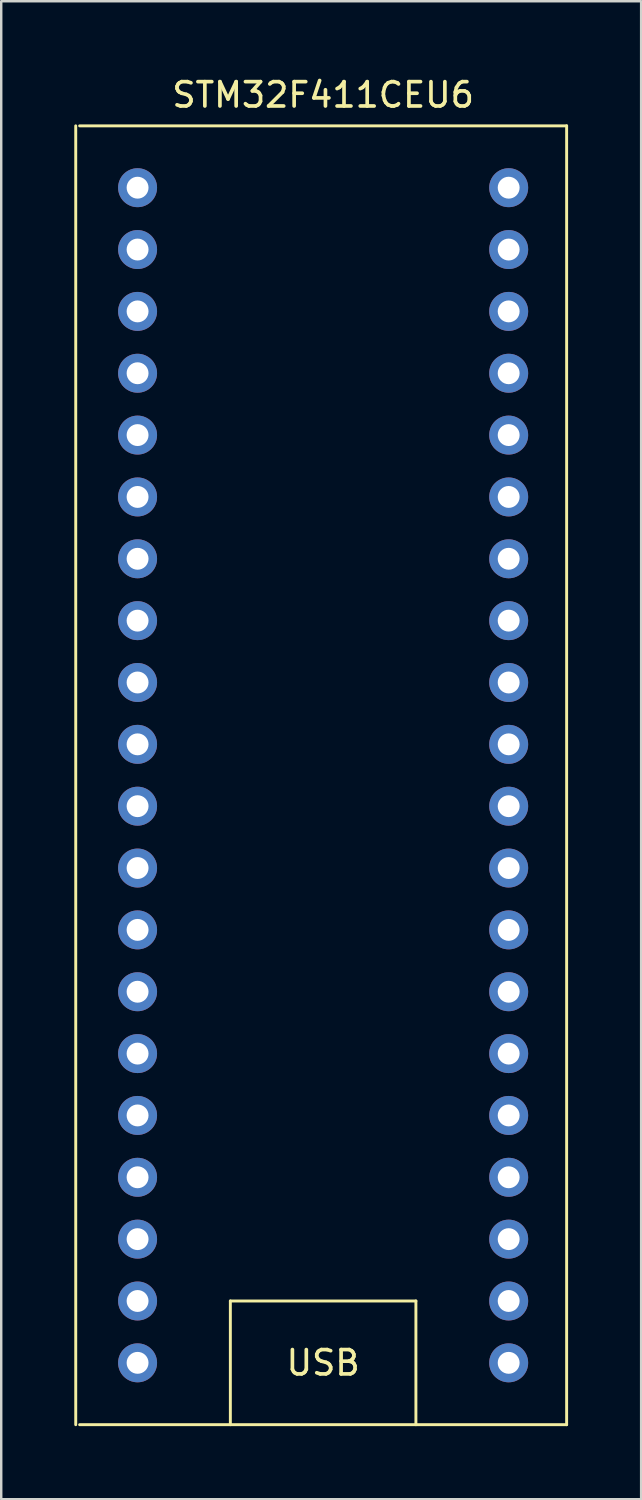
<source format=kicad_pcb>
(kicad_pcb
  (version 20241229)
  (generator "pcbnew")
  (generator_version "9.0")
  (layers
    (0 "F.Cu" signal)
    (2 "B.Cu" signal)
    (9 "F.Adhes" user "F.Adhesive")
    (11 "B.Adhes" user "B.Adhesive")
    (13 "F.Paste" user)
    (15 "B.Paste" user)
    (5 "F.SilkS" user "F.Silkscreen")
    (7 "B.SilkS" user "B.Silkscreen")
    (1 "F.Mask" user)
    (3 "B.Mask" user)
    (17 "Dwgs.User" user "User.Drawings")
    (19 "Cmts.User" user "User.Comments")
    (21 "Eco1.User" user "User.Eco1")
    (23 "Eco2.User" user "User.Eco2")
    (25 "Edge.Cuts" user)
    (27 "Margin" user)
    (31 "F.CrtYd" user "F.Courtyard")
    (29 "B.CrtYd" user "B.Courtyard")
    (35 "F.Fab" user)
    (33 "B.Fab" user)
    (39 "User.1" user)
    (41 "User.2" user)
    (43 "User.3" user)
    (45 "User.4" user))
  (footprint "STM32F411CEU6"
    (layer "F.Cu")
    (at 10.22 28.788)
    (property "Reference" "STM32F411CEU6" (at 0 -27.94 0) (layer "F.SilkS") (effects (font (size 1 1) (thickness 0.15))))
    (attr through_hole)
    (fp_line (start -10.16 26.67) (end -10.16 -26.67) (stroke (width 0.12) (type solid)) (layer "F.SilkS"))
    (fp_line (start -10 -26.67) (end 10 -26.67) (stroke (width 0.12) (type solid)) (layer "F.SilkS"))
    (fp_line (start -10 26.67) (end 10 26.67) (stroke (width 0.12) (type solid)) (layer "F.SilkS"))
    (fp_line (start -3.81 21.59) (end -3.81 26.67) (stroke (width 0.12) (type solid)) (layer "F.SilkS"))
    (fp_line (start -3.81 21.59) (end 3.81 21.59) (stroke (width 0.12) (type solid)) (layer "F.SilkS"))
    (fp_line (start 3.81 21.59) (end 3.81 26.67) (stroke (width 0.12) (type solid)) (layer "F.SilkS"))
    (fp_line (start 10 -26.67) (end 10 26.67) (stroke (width 0.12) (type solid)) (layer "F.SilkS"))
    (fp_text user "USB" (at 0 24.13 0) (layer "F.SilkS") (effects (font (size 1 1) (thickness 0.15))))
    (pad "1" thru_hole circle (at -7.62 -24.13) (size 1.6 1.6) (drill 0.899) (layers "*.Cu" "*.Mask"))
    (pad "2" thru_hole circle (at -7.62 -21.59) (size 1.6 1.6) (drill 0.899) (layers "*.Cu" "*.Mask"))
    (pad "3" thru_hole circle (at -7.62 -19.05) (size 1.6 1.6) (drill 0.899) (layers "*.Cu" "*.Mask"))
    (pad "4" thru_hole circle (at -7.62 -16.51) (size 1.6 1.6) (drill 0.899) (layers "*.Cu" "*.Mask"))
    (pad "5" thru_hole circle (at -7.62 -13.97) (size 1.6 1.6) (drill 0.899) (layers "*.Cu" "*.Mask"))
    (pad "6" thru_hole circle (at -7.62 -11.43) (size 1.6 1.6) (drill 0.899) (layers "*.Cu" "*.Mask"))
    (pad "7" thru_hole circle (at -7.62 -8.89) (size 1.6 1.6) (drill 0.899) (layers "*.Cu" "*.Mask"))
    (pad "8" thru_hole circle (at -7.62 -6.35) (size 1.6 1.6) (drill 0.899) (layers "*.Cu" "*.Mask"))
    (pad "9" thru_hole circle (at -7.62 -3.81) (size 1.6 1.6) (drill 0.899) (layers "*.Cu" "*.Mask"))
    (pad "10" thru_hole circle (at -7.62 -1.27) (size 1.6 1.6) (drill 0.899) (layers "*.Cu" "*.Mask"))
    (pad "11" thru_hole circle (at -7.62 1.27) (size 1.6 1.6) (drill 0.899) (layers "*.Cu" "*.Mask"))
    (pad "12" thru_hole circle (at -7.62 3.81) (size 1.6 1.6) (drill 0.899) (layers "*.Cu" "*.Mask"))
    (pad "13" thru_hole circle (at -7.62 6.35) (size 1.6 1.6) (drill 0.899) (layers "*.Cu" "*.Mask"))
    (pad "14" thru_hole circle (at -7.62 8.89) (size 1.6 1.6) (drill 0.899) (layers "*.Cu" "*.Mask"))
    (pad "15" thru_hole circle (at -7.62 11.43) (size 1.6 1.6) (drill 0.899) (layers "*.Cu" "*.Mask"))
    (pad "16" thru_hole circle (at -7.62 13.97) (size 1.6 1.6) (drill 0.899) (layers "*.Cu" "*.Mask"))
    (pad "17" thru_hole circle (at -7.62 16.51) (size 1.6 1.6) (drill 0.899) (layers "*.Cu" "*.Mask"))
    (pad "18" thru_hole circle (at -7.62 19.05) (size 1.6 1.6) (drill 0.899) (layers "*.Cu" "*.Mask"))
    (pad "19" thru_hole circle (at -7.62 21.59) (size 1.6 1.6) (drill 0.899) (layers "*.Cu" "*.Mask"))
    (pad "20" thru_hole circle (at -7.62 24.13) (size 1.6 1.6) (drill 0.899) (layers "*.Cu" "*.Mask"))
    (pad "21" thru_hole circle (at 7.62 24.13) (size 1.6 1.6) (drill 0.899) (layers "*.Cu" "*.Mask"))
    (pad "22" thru_hole circle (at 7.62 21.59) (size 1.6 1.6) (drill 0.899) (layers "*.Cu" "*.Mask"))
    (pad "23" thru_hole circle (at 7.62 19.05) (size 1.6 1.6) (drill 0.899) (layers "*.Cu" "*.Mask"))
    (pad "24" thru_hole circle (at 7.62 16.51) (size 1.6 1.6) (drill 0.899) (layers "*.Cu" "*.Mask"))
    (pad "25" thru_hole circle (at 7.62 13.97) (size 1.6 1.6) (drill 0.899) (layers "*.Cu" "*.Mask"))
    (pad "26" thru_hole circle (at 7.62 11.43) (size 1.6 1.6) (drill 0.899) (layers "*.Cu" "*.Mask"))
    (pad "27" thru_hole circle (at 7.62 8.89) (size 1.6 1.6) (drill 0.899) (layers "*.Cu" "*.Mask"))
    (pad "28" thru_hole circle (at 7.62 6.35) (size 1.6 1.6) (drill 0.899) (layers "*.Cu" "*.Mask"))
    (pad "29" thru_hole circle (at 7.62 3.81) (size 1.6 1.6) (drill 0.899) (layers "*.Cu" "*.Mask"))
    (pad "30" thru_hole circle (at 7.62 1.27) (size 1.6 1.6) (drill 0.899) (layers "*.Cu" "*.Mask"))
    (pad "31" thru_hole circle (at 7.62 -1.27) (size 1.6 1.6) (drill 0.899) (layers "*.Cu" "*.Mask"))
    (pad "32" thru_hole circle (at 7.62 -3.81) (size 1.6 1.6) (drill 0.899) (layers "*.Cu" "*.Mask"))
    (pad "33" thru_hole circle (at 7.62 -6.35) (size 1.6 1.6) (drill 0.899) (layers "*.Cu" "*.Mask"))
    (pad "34" thru_hole circle (at 7.62 -8.89) (size 1.6 1.6) (drill 0.899) (layers "*.Cu" "*.Mask"))
    (pad "35" thru_hole circle (at 7.62 -11.43) (size 1.6 1.6) (drill 0.899) (layers "*.Cu" "*.Mask"))
    (pad "36" thru_hole circle (at 7.62 -13.97) (size 1.6 1.6) (drill 0.899) (layers "*.Cu" "*.Mask"))
    (pad "37" thru_hole circle (at 7.62 -16.51) (size 1.6 1.6) (drill 0.899) (layers "*.Cu" "*.Mask"))
    (pad "38" thru_hole circle (at 7.62 -19.05) (size 1.6 1.6) (drill 0.899) (layers "*.Cu" "*.Mask"))
    (pad "39" thru_hole circle (at 7.62 -21.59) (size 1.6 1.6) (drill 0.899) (layers "*.Cu" "*.Mask"))
    (pad "40" thru_hole circle (at 7.62 -24.13) (size 1.6 1.6) (drill 0.899) (layers "*.Cu" "*.Mask")))
  (gr_rect
    (start -3 -3)
    (end 23.28 58.518)
    (stroke (width 0.1) (type default))
    (fill no)
    (layer "Edge.Cuts")))
</source>
